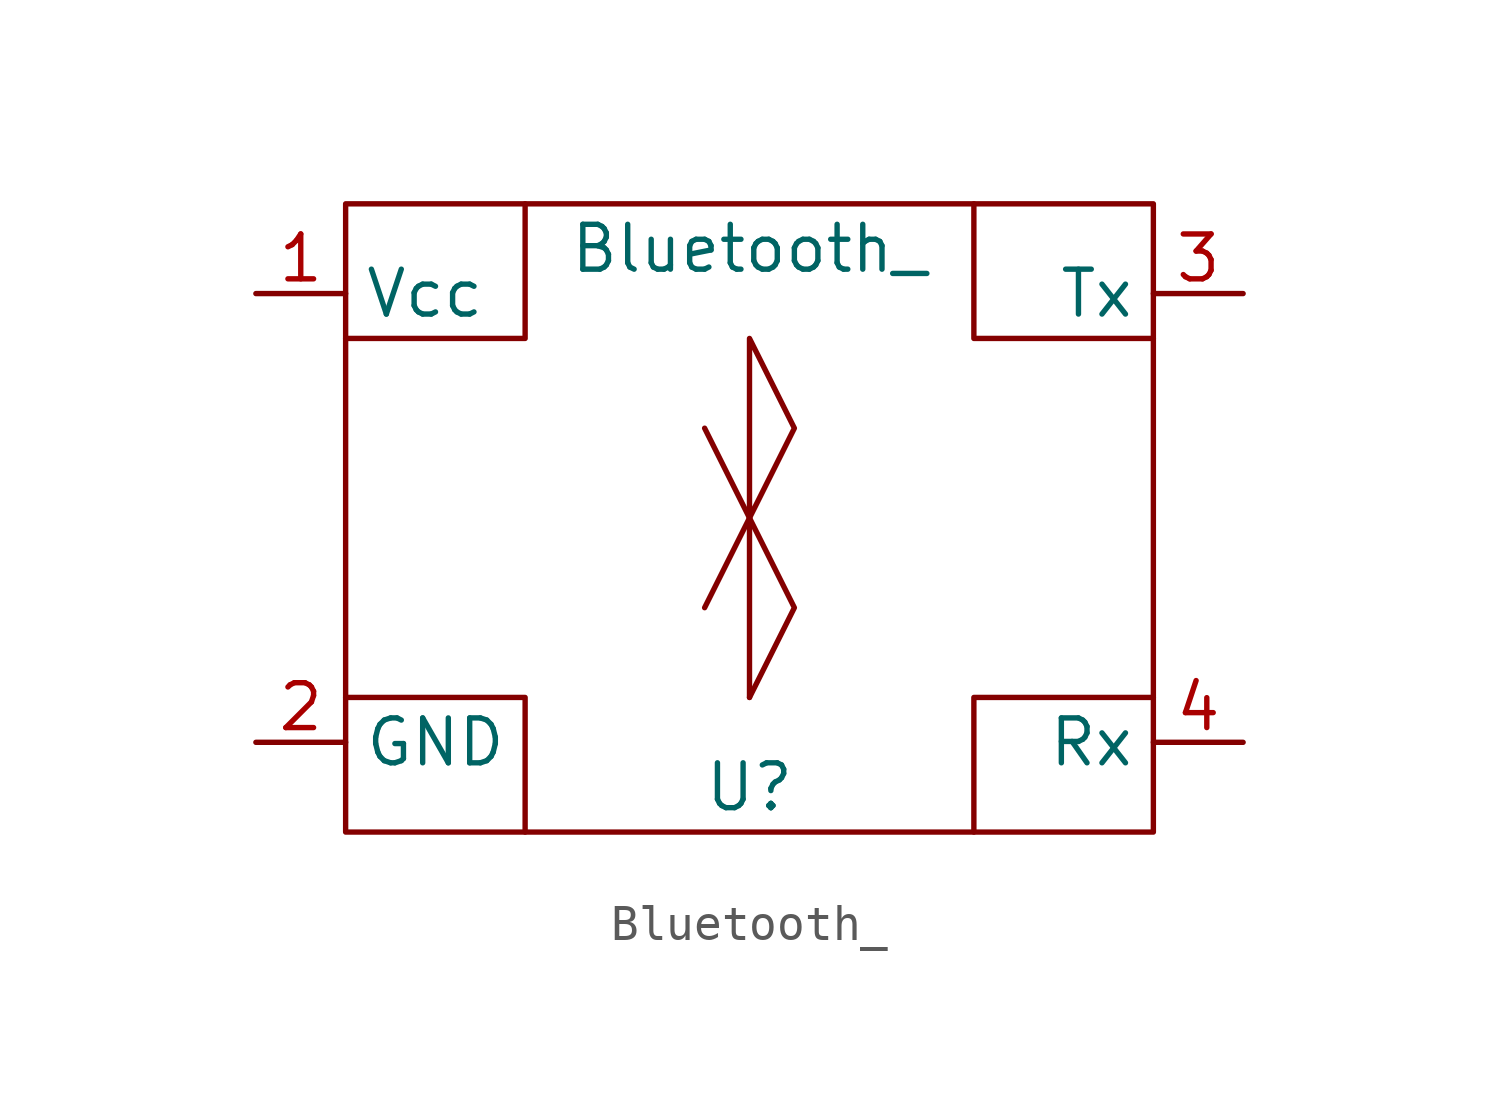
<source format=kicad_sym>
(kicad_symbol_lib
  (version 20211014)
  (generator kicad_symbol_editor)
  (symbol "Bluetooth_"
    (property "Reference" "U"
      (at 0 -8.89 0)
      (effects (font (size 1.27 1.27))))
    (property "Value" "Bluetooth_"
      (at 0 6.35 0)
      (effects (font (size 1.27 1.27))))
    (symbol "Bluetooth__0_1"
      (rectangle (start -11.43 7.62) (end 11.43 -10.16) (stroke (width 0) (type default) (color 0 0 0 0)) (fill (type none)))
      (polyline (pts (xy 0 -1.27) (xy -1.27 -3.81)) (stroke (width 0) (type default) (color 0 0 0 0)) (fill (type none)))
      (polyline (pts (xy 0 -1.27) (xy -1.27 1.27)) (stroke (width 0) (type default) (color 0 0 0 0)) (fill (type none)))
      (polyline (pts (xy -11.43 -6.35) (xy -6.35 -6.35) (xy -6.35 -10.16)) (stroke (width 0) (type default) (color 0 0 0 0)) (fill (type none)))
      (polyline (pts (xy 0 -6.35) (xy 1.27 -3.81) (xy 0 -1.27)) (stroke (width 0) (type default) (color 0 0 0 0)) (fill (type none)))
      (polyline (pts (xy 11.43 -6.35) (xy 6.35 -6.35) (xy 6.35 -10.16)) (stroke (width 0) (type default) (color 0 0 0 0)) (fill (type none)))
      (polyline (pts (xy 11.43 3.81) (xy 6.35 3.81) (xy 6.35 7.62)) (stroke (width 0) (type default) (color 0 0 0 0)) (fill (type none)))
      (polyline (pts (xy -11.43 3.81) (xy -7.62 3.81) (xy -6.35 3.81) (xy -6.35 7.62)) (stroke (width 0) (type default) (color 0 0 0 0)) (fill (type none)))
      (polyline (pts (xy 0 3.81) (xy 0 -6.35) (xy 0 -1.27) (xy 1.27 1.27) (xy 0 3.81)) (stroke (width 0) (type default) (color 0 0 0 0)) (fill (type none))))
    (symbol "Bluetooth__1_1"
      (pin input line (at -13.97 5.08 0) (length 2.54) (name "Vcc" (effects (font (size 1.27 1.27)))) (number "1" (effects (font (size 1.27 1.27)))))
      (pin input line (at -13.97 -7.62 0) (length 2.54) (name "GND" (effects (font (size 1.27 1.27)))) (number "2" (effects (font (size 1.27 1.27)))))
      (pin input line (at 13.97 5.08 180) (length 2.54) (name "Tx" (effects (font (size 1.27 1.27)))) (number "3" (effects (font (size 1.27 1.27)))))
      (pin input line (at 13.97 -7.62 180) (length 2.54) (name "Rx" (effects (font (size 1.27 1.27)))) (number "4" (effects (font (size 1.27 1.27))))))))
</source>
